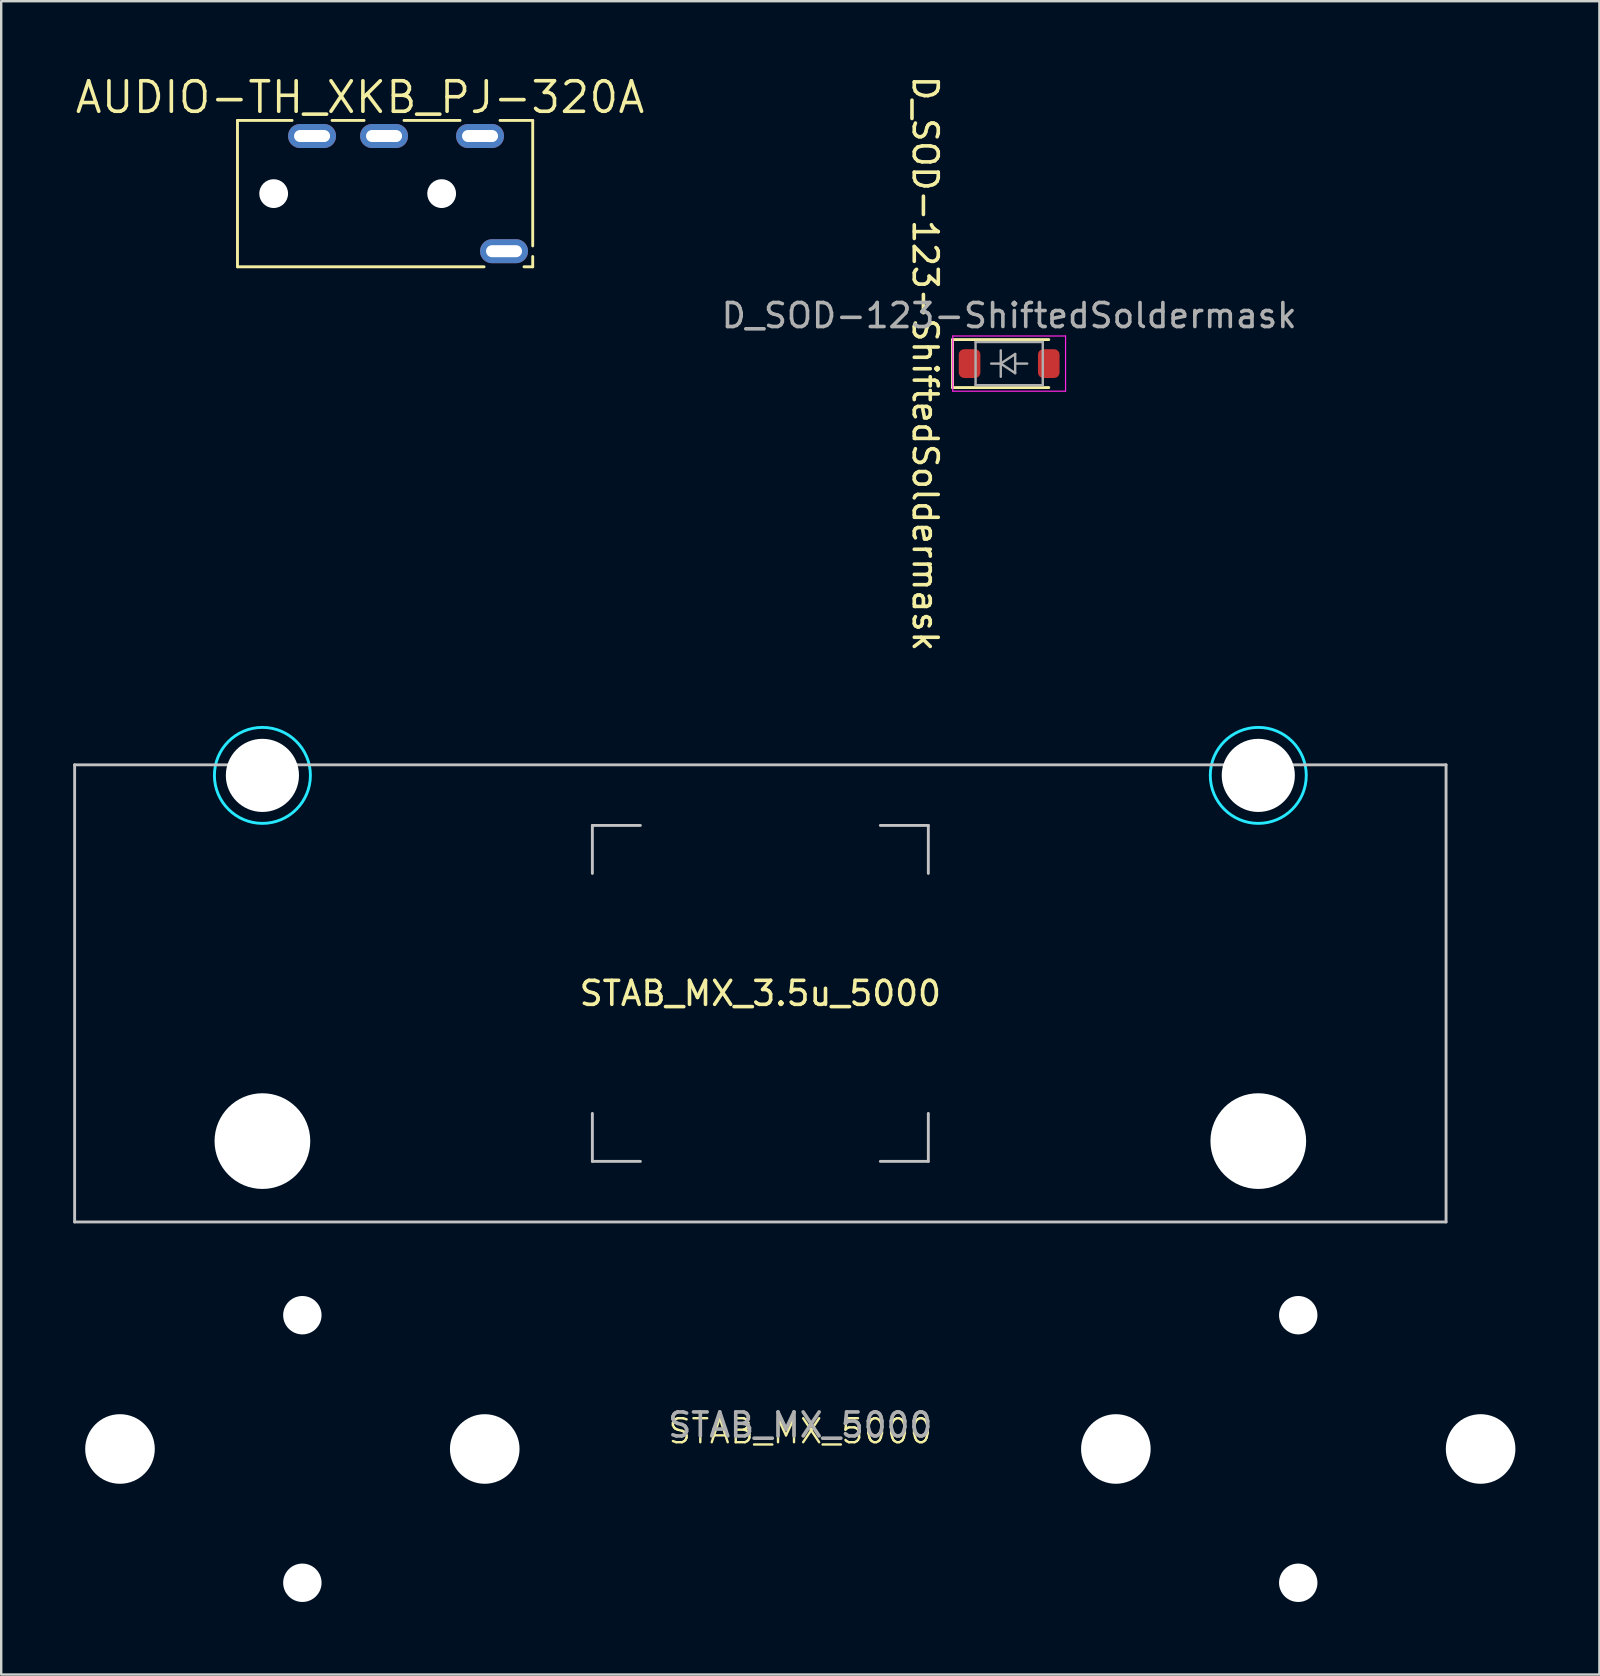
<source format=kicad_pcb>
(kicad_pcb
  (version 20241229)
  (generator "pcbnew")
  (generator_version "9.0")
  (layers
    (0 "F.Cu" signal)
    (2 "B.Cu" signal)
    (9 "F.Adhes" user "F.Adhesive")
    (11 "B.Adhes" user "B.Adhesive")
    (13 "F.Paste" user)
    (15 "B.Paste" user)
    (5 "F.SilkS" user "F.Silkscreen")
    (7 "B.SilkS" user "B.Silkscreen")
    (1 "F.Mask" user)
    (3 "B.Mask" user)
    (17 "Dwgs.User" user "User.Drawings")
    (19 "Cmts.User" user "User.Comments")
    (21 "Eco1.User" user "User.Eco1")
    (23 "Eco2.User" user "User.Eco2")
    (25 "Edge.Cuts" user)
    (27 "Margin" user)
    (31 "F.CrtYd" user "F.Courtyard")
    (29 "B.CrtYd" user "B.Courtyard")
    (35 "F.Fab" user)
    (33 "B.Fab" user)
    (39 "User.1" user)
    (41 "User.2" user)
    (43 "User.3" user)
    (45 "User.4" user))
  (footprint "STAB_MX_3.5u_5000"
    (layer "F.Cu")
    (at 28.635 38.347)
    (property "Reference" "STAB_MX_3.5u_5000" (at 0 0 0) (layer "F.SilkS") (effects (font (size 1 1) (thickness 0.15))))
    (attr through_hole exclude_from_pos_files exclude_from_bom)
    (fp_line (start -28.575 -9.525) (end -28.575 9.525) (stroke (width 0.12) (type solid)) (layer "Dwgs.User"))
    (fp_line (start -28.575 -9.525) (end 28.575 -9.525) (stroke (width 0.12) (type solid)) (layer "Dwgs.User"))
    (fp_line (start -28.575 9.525) (end 28.575 9.525) (stroke (width 0.12) (type solid)) (layer "Dwgs.User"))
    (fp_line (start -7 -7) (end -5 -7) (stroke (width 0.12) (type solid)) (layer "Dwgs.User"))
    (fp_line (start -7 -5) (end -7 -7) (stroke (width 0.12) (type solid)) (layer "Dwgs.User"))
    (fp_line (start -7 7) (end -7 5) (stroke (width 0.12) (type solid)) (layer "Dwgs.User"))
    (fp_line (start -5 7) (end -7 7) (stroke (width 0.12) (type solid)) (layer "Dwgs.User"))
    (fp_line (start 5 -7) (end 7 -7) (stroke (width 0.12) (type solid)) (layer "Dwgs.User"))
    (fp_line (start 5 7) (end 7 7) (stroke (width 0.12) (type solid)) (layer "Dwgs.User"))
    (fp_line (start 7 -7) (end 7 -5) (stroke (width 0.12) (type solid)) (layer "Dwgs.User"))
    (fp_line (start 7 7) (end 7 5) (stroke (width 0.12) (type solid)) (layer "Dwgs.User"))
    (fp_line (start 28.575 -9.525) (end 28.575 9.525) (stroke (width 0.12) (type solid)) (layer "Dwgs.User"))
    (fp_line (start -24.125 -7.6) (end -24.125 5.4) (stroke (width 0.05) (type solid)) (layer "Eco2.User"))
    (fp_line (start -23.625 -8.1) (end -17.875 -8.1) (stroke (width 0.05) (type solid)) (layer "Eco2.User"))
    (fp_line (start -23.625 5.9) (end -17.875 5.9) (stroke (width 0.05) (type solid)) (layer "Eco2.User"))
    (fp_line (start -17.375 -7.6) (end -17.375 5.4) (stroke (width 0.05) (type solid)) (layer "Eco2.User"))
    (fp_line (start 17.375 -7.6) (end 17.375 5.4) (stroke (width 0.05) (type solid)) (layer "Eco2.User"))
    (fp_line (start 17.875 -8.1) (end 23.624 -8.1) (stroke (width 0.05) (type solid)) (layer "Eco2.User"))
    (fp_line (start 17.875 5.9) (end 23.625 5.9) (stroke (width 0.05) (type solid)) (layer "Eco2.User"))
    (fp_line (start 24.124 -7.6) (end 24.125 5.4) (stroke (width 0.05) (type solid)) (layer "Eco2.User"))
    (fp_arc (start -24.125 -7.599999) (mid -23.978553 -7.953552) (end -23.625 -8.099999) (stroke (width 0.05) (type solid)) (layer "Eco2.User"))
    (fp_arc (start -23.625 5.900001) (mid -23.978553 5.753554) (end -24.125 5.400001) (stroke (width 0.05) (type solid)) (layer "Eco2.User"))
    (fp_arc (start -17.875 -8.099999) (mid -17.521447 -7.953552) (end -17.375 -7.599999) (stroke (width 0.05) (type solid)) (layer "Eco2.User"))
    (fp_arc (start -17.375 5.400001) (mid -17.521447 5.753554) (end -17.875 5.900001) (stroke (width 0.05) (type solid)) (layer "Eco2.User"))
    (fp_arc (start 17.375 -7.599999) (mid 17.521446 -7.953553) (end 17.875 -8.099999) (stroke (width 0.05) (type solid)) (layer "Eco2.User"))
    (fp_arc (start 17.875 5.900001) (mid 17.521446 5.753554) (end 17.375 5.400001) (stroke (width 0.05) (type solid)) (layer "Eco2.User"))
    (fp_arc (start 23.623789 -8.099999) (mid 23.977349 -7.953556) (end 24.123789 -7.599999) (stroke (width 0.05) (type solid)) (layer "Eco2.User"))
    (fp_arc (start 24.125 5.400001) (mid 23.978553 5.753554) (end 23.625 5.900001) (stroke (width 0.05) (type solid)) (layer "Eco2.User"))
    (fp_circle (center -20.75 -9.085) (end -18.75 -9.085) (stroke (width 0.12) (type solid)) (fill no) (layer "B.CrtYd"))
    (fp_circle (center 20.75 -9.085) (end 22.75 -9.085) (stroke (width 0.12) (type solid)) (fill no) (layer "B.CrtYd"))
    (pad "" np_thru_hole circle (at -20.75 -9.085) (size 3.048 3.048) (drill 3.048) (layers "*.Cu" "*.Mask"))
    (pad "" np_thru_hole circle (at -20.75 6.155) (size 3.988 3.988) (drill 3.988) (layers "*.Cu" "*.Mask"))
    (pad "" np_thru_hole circle (at 20.75 -9.085) (size 3.048 3.048) (drill 3.048) (layers "*.Cu" "*.Mask"))
    (pad "" np_thru_hole circle (at 20.75 6.155) (size 3.988 3.988) (drill 3.988) (layers "*.Cu" "*.Mask")))
  (footprint "D_SOD-123-ShiftedSoldermask"
    (layer "F.Cu")
    (at 39.004 12.101)
    (property "Reference" "D_SOD-123-ShiftedSoldermask" (at -3.5 0 270) (unlocked yes) (layer "F.SilkS") (effects (font (size 1 1) (thickness 0.15))))
    (attr smd)
    (fp_line (start -2.36 -1) (end -2.36 1) (stroke (width 0.12) (type solid)) (layer "F.SilkS"))
    (fp_line (start -2.36 -1) (end 1.65 -1) (stroke (width 0.12) (type solid)) (layer "F.SilkS"))
    (fp_line (start -2.36 1) (end 1.65 1) (stroke (width 0.12) (type solid)) (layer "F.SilkS"))
    (fp_line (start -2.35 -1.15) (end -2.35 1.15) (stroke (width 0.05) (type solid)) (layer "F.CrtYd"))
    (fp_line (start -2.35 -1.15) (end 2.35 -1.15) (stroke (width 0.05) (type solid)) (layer "F.CrtYd"))
    (fp_line (start 2.35 -1.15) (end 2.35 1.15) (stroke (width 0.05) (type solid)) (layer "F.CrtYd"))
    (fp_line (start 2.35 1.15) (end -2.35 1.15) (stroke (width 0.05) (type solid)) (layer "F.CrtYd"))
    (fp_line (start -1.4 -0.9) (end 1.4 -0.9) (stroke (width 0.1) (type solid)) (layer "F.Fab"))
    (fp_line (start -1.4 0.9) (end -1.4 -0.9) (stroke (width 0.1) (type solid)) (layer "F.Fab"))
    (fp_line (start -0.75 0) (end -0.35 0) (stroke (width 0.1) (type solid)) (layer "F.Fab"))
    (fp_line (start -0.35 0) (end -0.35 -0.55) (stroke (width 0.1) (type solid)) (layer "F.Fab"))
    (fp_line (start -0.35 0) (end -0.35 0.55) (stroke (width 0.1) (type solid)) (layer "F.Fab"))
    (fp_line (start -0.35 0) (end 0.25 -0.4) (stroke (width 0.1) (type solid)) (layer "F.Fab"))
    (fp_line (start 0.25 -0.4) (end 0.25 0.4) (stroke (width 0.1) (type solid)) (layer "F.Fab"))
    (fp_line (start 0.25 0) (end 0.75 0) (stroke (width 0.1) (type solid)) (layer "F.Fab"))
    (fp_line (start 0.25 0.4) (end -0.35 0) (stroke (width 0.1) (type solid)) (layer "F.Fab"))
    (fp_line (start 1.4 -0.9) (end 1.4 0.9) (stroke (width 0.1) (type solid)) (layer "F.Fab"))
    (fp_line (start 1.4 0.9) (end -1.4 0.9) (stroke (width 0.1) (type solid)) (layer "F.Fab"))
    (fp_text user "${REFERENCE}" (at 0 -2 0) (layer "F.Fab") (effects (font (size 1 1) (thickness 0.15))))
    (pad "1" smd roundrect (at -1.65 0) (size 0.9 1.2) (layers "F.Cu" "F.Mask" "F.Paste") (roundrect_rratio 0.25))
    (pad "2" smd roundrect (at 1.65 0) (size 0.9 1.2) (layers "F.Cu" "F.Mask" "F.Paste") (roundrect_rratio 0.25)))
  (footprint "AUDIO-TH_XKB_PJ-320A"
    (layer "F.Cu")
    (at 13.954 5.018)
    (property "Reference" "AUDIO-TH_XKB_PJ-320A" (at -2.002 -4.012 0) (unlocked yes) (layer "F.SilkS") (effects (font (size 1.27 1.27) (thickness 0.15))))
    (fp_line (start -7.108 -3.05) (end -7.108 3.05) (stroke (width 0.12) (type default)) (layer "F.SilkS"))
    (fp_line (start -7.108 -3.05) (end -4.832 -3.05) (stroke (width 0.12) (type default)) (layer "F.SilkS"))
    (fp_line (start -7.108 3.05) (end 3.168 3.05) (stroke (width 0.12) (type default)) (layer "F.SilkS"))
    (fp_line (start -3.168 -3.05) (end -1.832 -3.05) (stroke (width 0.12) (type default)) (layer "F.SilkS"))
    (fp_line (start -0.168 -3.05) (end 2.168 -3.05) (stroke (width 0.12) (type default)) (layer "F.SilkS"))
    (fp_line (start 3.832 -3.05) (end 5.195 -3.05) (stroke (width 0.12) (type default)) (layer "F.SilkS"))
    (fp_line (start 4.832 3.05) (end 5.195 3.05) (stroke (width 0.12) (type default)) (layer "F.SilkS"))
    (fp_line (start 5.195 2.179) (end 5.195 -3.048) (stroke (width 0.12) (type default)) (layer "F.SilkS"))
    (fp_line (start 5.195 3.05) (end 5.195 2.621) (stroke (width 0.12) (type default)) (layer "F.SilkS"))
    (fp_circle (center -5.6 0) (end -5.412 0) (stroke (width 0.375) (type default)) (fill no) (layer "Dwgs.User"))
    (fp_circle (center 1.4 0) (end 1.588 0) (stroke (width 0.375) (type default)) (fill no) (layer "Dwgs.User"))
    (fp_circle (center -9.2 -3.05) (end -9.17 -3.05) (stroke (width 0.06) (type default)) (fill no) (layer "User.5"))
    (pad "" np_thru_hole circle (at -5.6 0) (size 1.2 1.2) (drill 1.2) (layers "*.Cu" "*.Mask"))
    (pad "" np_thru_hole circle (at 1.4 0) (size 1.2 1.2) (drill 1.2) (layers "*.Cu" "*.Mask"))
    (pad "R1" thru_hole oval (at -1 -2.4 90) (size 1 2) (drill oval 0.5 1.5) (layers "*.Cu" "*.Mask"))
    (pad "R2" thru_hole oval (at -4 -2.4 90) (size 1 2) (drill oval 0.5 1.5) (layers "*.Cu" "*.Mask"))
    (pad "S" thru_hole oval (at 4 2.4 90) (size 1 2) (drill oval 0.5 1.5) (layers "*.Cu" "*.Mask"))
    (pad "T" thru_hole oval (at 3 -2.4 90) (size 1 2) (drill oval 0.5 1.5) (layers "*.Cu" "*.Mask"))
    (zone (net_name "") (layer "Dwgs.User") (hatch edge 0.5) (priority 100) (connect_pads yes) (min_thickness 0) (filled_areas_thickness no) (fill yes) (polygon (pts (xy 6.754 2.818) (xy 5.054 2.818) (xy 5.054 7.318) (xy 6.754 7.318) (xy 6.754 7.018) (xy 5.254 7.018) (xy 5.254 3.018) (xy 6.754 3.018))) (filled_polygon (layer "Dwgs.User") (island) (pts (xy 6.754 2.818) (xy 5.054 2.818) (xy 5.054 7.318) (xy 6.754 7.318) (xy 6.754 7.018) (xy 5.254 7.018) (xy 5.254 3.018) (xy 6.754 3.018))))
    (zone (net_name "") (layer "User.3") (hatch edge 0.5) (priority 100) (connect_pads yes) (min_thickness 0) (filled_areas_thickness no) (fill yes) (polygon (pts (xy 18.954 1.968) (xy 18.954 8.068) (xy 6.754 8.068) (xy 6.754 7.518) (xy 4.954 7.518) (xy 4.754 7.318) (xy 4.754 2.718) (xy 4.954 2.518) (xy 6.754 2.518) (xy 6.754 1.968))) (filled_polygon (layer "User.3") (island) (pts (xy 18.954 1.968) (xy 18.954 8.068) (xy 6.754 8.068) (xy 6.754 7.518) (xy 4.954 7.518) (xy 4.754 7.318) (xy 4.754 2.718) (xy 4.954 2.518) (xy 6.754 2.518) (xy 6.754 1.968))))
    (zone (net_name "") (layer "User.4") (hatch edge 0.5) (priority 100) (connect_pads yes) (min_thickness 0) (filled_areas_thickness no) (fill yes) (polygon (pts (xy 10.454 2.518) (xy 10.454 2.718) (xy 9.454 2.718) (xy 9.454 2.518))) (filled_polygon (layer "User.4") (island) (pts (xy 10.454 2.518) (xy 10.454 2.718) (xy 9.454 2.718) (xy 9.454 2.518))))
    (zone (net_name "") (layer "User.4") (hatch edge 0.5) (priority 100) (connect_pads yes) (min_thickness 0) (filled_areas_thickness no) (fill yes) (polygon (pts (xy 13.454 2.518) (xy 13.454 2.718) (xy 12.454 2.718) (xy 12.454 2.518))) (filled_polygon (layer "User.4") (island) (pts (xy 13.454 2.518) (xy 13.454 2.718) (xy 12.454 2.718) (xy 12.454 2.518))))
    (zone (net_name "") (layer "User.4") (hatch edge 0.5) (priority 100) (connect_pads yes) (min_thickness 0) (filled_areas_thickness no) (fill yes) (polygon (pts (xy 17.454 2.518) (xy 17.454 2.718) (xy 16.454 2.718) (xy 16.454 2.518))) (filled_polygon (layer "User.4") (island) (pts (xy 17.454 2.518) (xy 17.454 2.718) (xy 16.454 2.718) (xy 16.454 2.518))))
    (zone (net_name "") (layer "User.4") (hatch edge 0.5) (priority 100) (connect_pads yes) (min_thickness 0) (filled_areas_thickness no) (fill yes) (polygon (pts (xy 18.454 7.318) (xy 18.454 7.518) (xy 17.454 7.518) (xy 17.454 7.318))) (filled_polygon (layer "User.4") (island) (pts (xy 18.454 7.318) (xy 18.454 7.518) (xy 17.454 7.518) (xy 17.454 7.318)))))
  (footprint "STAB_MX_5000"
    (layer "F.Cu")
    (at 30.3 53.832)
    (property "Reference" "STAB_MX_5000" (at 0 2.76 0) (unlocked yes) (layer "F.SilkS") (effects (font (size 1 1) (thickness 0.1))))
    (attr smd)
    (fp_rect (start -30.25 -2.85) (end -11.25 9.85) (stroke (width 0.1) (type default)) (fill no) (layer "Eco2.User"))
    (fp_rect (start 11.25 -2.85) (end 30.25 9.85) (stroke (width 0.1) (type default)) (fill no) (layer "Eco2.User"))
    (fp_text user "${REFERENCE}" (at 0 2.5 0) (unlocked yes) (layer "F.Fab") (effects (font (size 1 1) (thickness 0.15))))
    (pad "" np_thru_hole circle (at -28.35 3.5) (size 2.9 2.9) (drill 2.9) (layers "*.Cu" "*.Mask"))
    (pad "" np_thru_hole circle (at -20.75 -2.075) (size 1.6 1.6) (drill 1.6) (layers "*.Cu" "*.Mask"))
    (pad "" np_thru_hole circle (at -20.75 9.075) (size 1.6 1.6) (drill 1.6) (layers "*.Cu" "*.Mask"))
    (pad "" np_thru_hole circle (at -13.15 3.5) (size 2.9 2.9) (drill 2.9) (layers "*.Cu" "*.Mask"))
    (pad "" np_thru_hole circle (at 13.15 3.5) (size 2.9 2.9) (drill 2.9) (layers "*.Cu" "*.Mask"))
    (pad "" np_thru_hole circle (at 20.75 -2.075) (size 1.6 1.6) (drill 1.6) (layers "*.Cu" "*.Mask"))
    (pad "" np_thru_hole circle (at 20.75 9.075) (size 1.6 1.6) (drill 1.6) (layers "*.Cu" "*.Mask"))
    (pad "" np_thru_hole circle (at 28.35 3.5) (size 2.9 2.9) (drill 2.9) (layers "*.Cu" "*.Mask")))
  (gr_rect
    (start -3 -3)
    (end 63.6 66.732)
    (stroke (width 0.1) (type default))
    (fill no)
    (layer "Edge.Cuts")))
</source>
